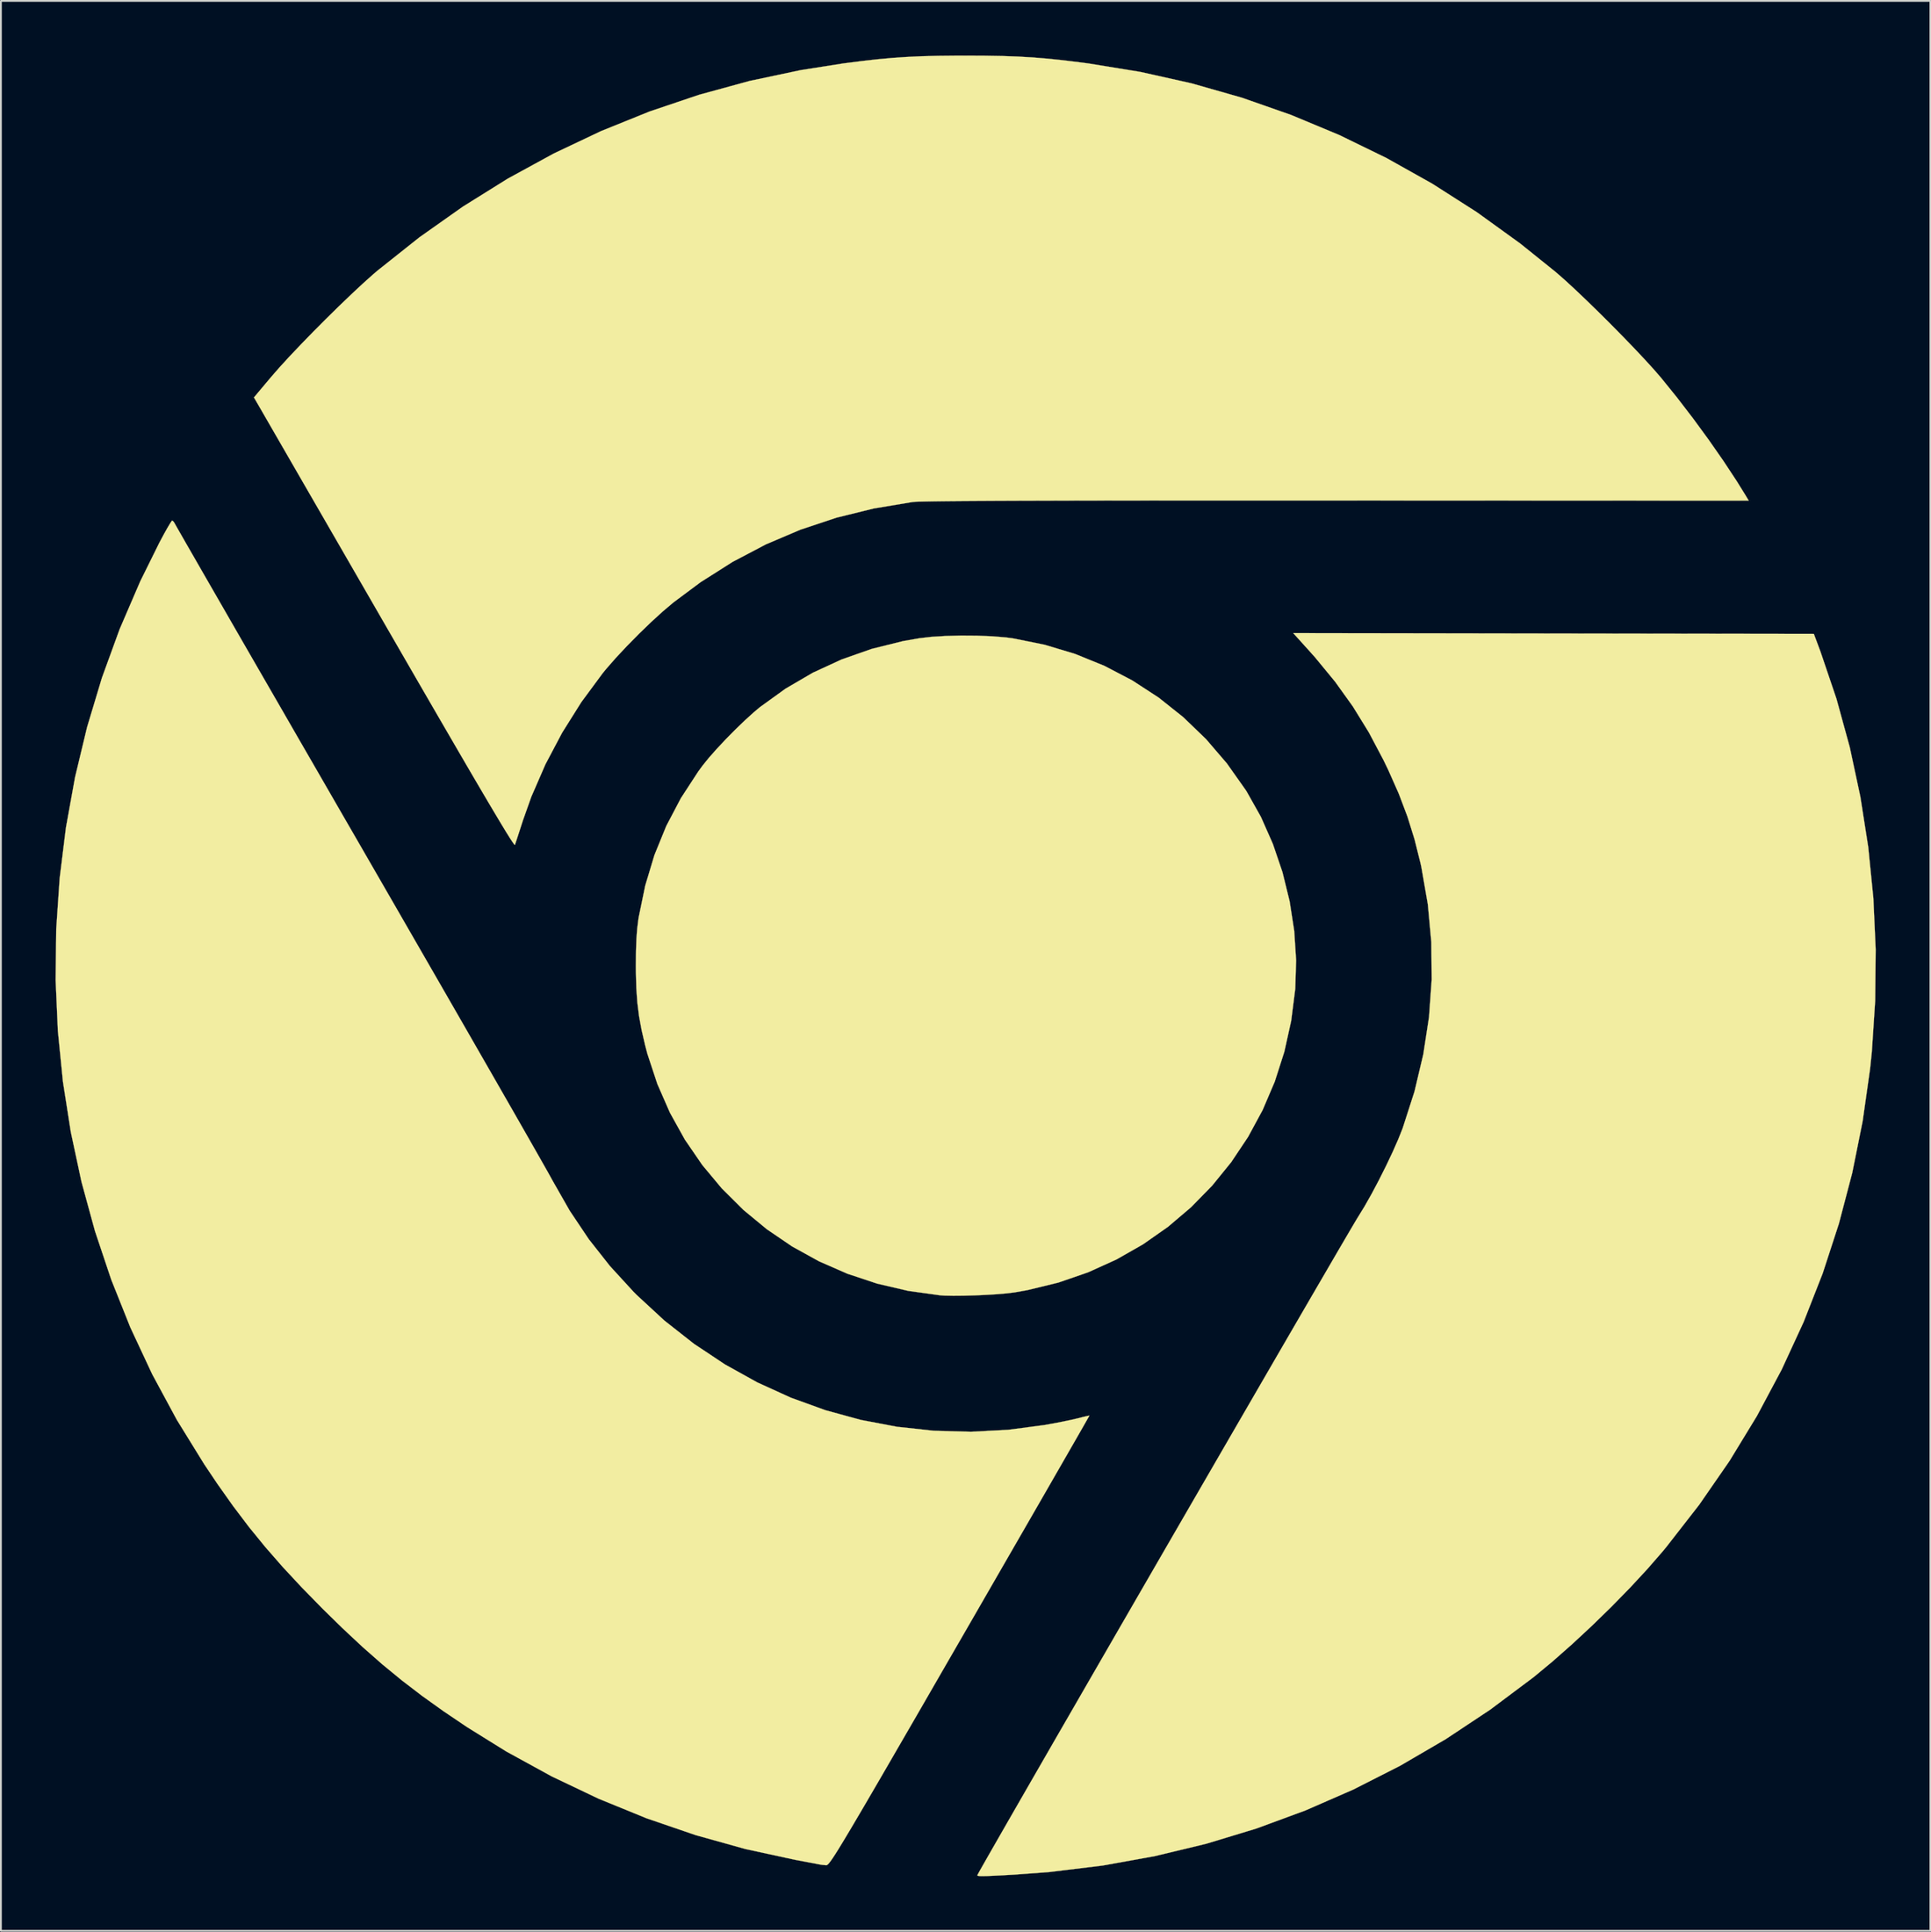
<source format=kicad_pcb>
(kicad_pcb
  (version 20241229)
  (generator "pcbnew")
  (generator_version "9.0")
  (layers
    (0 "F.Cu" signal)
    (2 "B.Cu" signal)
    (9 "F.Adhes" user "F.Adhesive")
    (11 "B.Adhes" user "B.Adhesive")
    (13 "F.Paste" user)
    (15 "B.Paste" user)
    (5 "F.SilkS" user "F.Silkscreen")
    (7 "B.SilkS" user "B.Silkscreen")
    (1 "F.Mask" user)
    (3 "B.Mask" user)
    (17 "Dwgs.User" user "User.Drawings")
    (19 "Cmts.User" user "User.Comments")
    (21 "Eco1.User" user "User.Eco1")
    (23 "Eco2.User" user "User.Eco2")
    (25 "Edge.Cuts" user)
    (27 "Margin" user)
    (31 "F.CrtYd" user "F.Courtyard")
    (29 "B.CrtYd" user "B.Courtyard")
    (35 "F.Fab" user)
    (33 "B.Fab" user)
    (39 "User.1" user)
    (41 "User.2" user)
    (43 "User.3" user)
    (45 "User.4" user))
  (footprint "chrome3_10x10_F"
    (layer "F.Cu")
    (at 49.932 49.91)
    (property "Reference" "chrome3_10x10_F" (at 0 0 0) (layer "F.SilkS") (effects (font (size 1.524 1.524) (thickness 0.3))))
    (attr through_hole)
    (fp_poly (pts (xy 0.655 -18.062) (xy 1.488 -18.029) (xy 2.235 -17.968) (xy 2.617 -17.918) (xy 4.362 -17.567) (xy 6.043 -17.062) (xy 7.654 -16.406) (xy 9.186 -15.605) (xy 10.632 -14.664) (xy 11.984 -13.588) (xy 13.236 -12.381) (xy 14.379 -11.049) (xy 15.407 -9.595) (xy 15.47 -9.496) (xy 16.248 -8.113) (xy 16.903 -6.632) (xy 17.431 -5.079) (xy 17.824 -3.479) (xy 18.075 -1.859) (xy 18.18 -0.243) (xy 18.132 1.325) (xy 17.908 3.085) (xy 17.531 4.785) (xy 17.007 6.418) (xy 16.342 7.975) (xy 15.543 9.451) (xy 14.617 10.838) (xy 13.57 12.128) (xy 12.409 13.315) (xy 11.141 14.392) (xy 9.773 15.35) (xy 8.31 16.184) (xy 6.759 16.886) (xy 5.128 17.449) (xy 3.422 17.865) (xy 2.709 17.991) (xy 2.3 18.042) (xy 1.774 18.087) (xy 1.174 18.124) (xy 0.544 18.152) (xy -0.076 18.17) (xy -0.642 18.175) (xy -1.111 18.166) (xy -1.355 18.15) (xy -3.118 17.905) (xy -4.82 17.508) (xy -6.455 16.965) (xy -8.015 16.282) (xy -9.492 15.466) (xy -10.879 14.522) (xy -12.168 13.458) (xy -13.352 12.28) (xy -14.424 10.994) (xy -15.376 9.606) (xy -16.2 8.123) (xy -16.889 6.55) (xy -17.436 4.896) (xy -17.564 4.409) (xy -17.754 3.59) (xy -17.894 2.832) (xy -17.988 2.083) (xy -18.044 1.291) (xy -18.068 0.403) (xy -18.07 0.042) (xy -18.062 -0.758) (xy -18.038 -1.425) (xy -17.995 -1.994) (xy -17.931 -2.5) (xy -17.919 -2.582) (xy -17.555 -4.346) (xy -17.05 -6.021) (xy -16.4 -7.616) (xy -15.599 -9.141) (xy -14.645 -10.605) (xy -14.413 -10.922) (xy -14.073 -11.344) (xy -13.636 -11.839) (xy -13.136 -12.373) (xy -12.605 -12.911) (xy -12.077 -13.42) (xy -11.586 -13.865) (xy -11.261 -14.138) (xy -9.851 -15.155) (xy -8.352 -16.03) (xy -6.772 -16.758) (xy -5.119 -17.338) (xy -3.399 -17.765) (xy -2.525 -17.919) (xy -1.854 -17.997) (xy -1.067 -18.046) (xy -0.214 -18.068) (xy 0.655 -18.062)) (stroke (width 0.01) (type solid)) (fill yes) (layer "F.SilkS"))
    (fp_poly (pts (xy 32.313 -18.182) (xy 46.605 -18.161) (xy 46.969 -17.187) (xy 47.846 -14.6) (xy 48.577 -11.94) (xy 49.159 -9.22) (xy 49.592 -6.454) (xy 49.872 -3.655) (xy 50 -0.839) (xy 49.972 1.982) (xy 49.788 4.793) (xy 49.693 5.711) (xy 49.284 8.593) (xy 48.713 11.428) (xy 47.981 14.213) (xy 47.091 16.943) (xy 46.043 19.615) (xy 44.839 22.225) (xy 43.482 24.769) (xy 41.973 27.244) (xy 40.312 29.645) (xy 38.503 31.968) (xy 38.299 32.215) (xy 37.461 33.178) (xy 36.514 34.2) (xy 35.489 35.249) (xy 34.419 36.292) (xy 33.336 37.298) (xy 32.275 38.235) (xy 31.266 39.072) (xy 31.19 39.132) (xy 28.831 40.898) (xy 26.398 42.512) (xy 23.894 43.973) (xy 21.323 45.279) (xy 18.688 46.429) (xy 15.991 47.423) (xy 13.236 48.259) (xy 10.424 48.935) (xy 7.561 49.452) (xy 4.648 49.807) (xy 2.709 49.952) (xy 2.063 49.988) (xy 1.566 50.013) (xy 1.201 50.028) (xy 0.949 50.033) (xy 0.79 50.029) (xy 0.706 50.015) (xy 0.678 49.992) (xy 0.677 49.988) (xy 0.719 49.907) (xy 0.841 49.688) (xy 1.04 49.337) (xy 1.31 48.863) (xy 1.648 48.273) (xy 2.048 47.575) (xy 2.507 46.776) (xy 3.02 45.884) (xy 3.582 44.907) (xy 4.19 43.852) (xy 4.838 42.727) (xy 5.523 41.54) (xy 6.24 40.298) (xy 6.984 39.009) (xy 7.751 37.681) (xy 8.537 36.32) (xy 9.337 34.936) (xy 10.147 33.535) (xy 10.962 32.125) (xy 11.779 30.714) (xy 12.592 29.309) (xy 13.397 27.919) (xy 14.19 26.55) (xy 14.966 25.21) (xy 15.721 23.908) (xy 16.45 22.65) (xy 17.149 21.444) (xy 17.814 20.299) (xy 18.44 19.221) (xy 19.023 18.218) (xy 19.559 17.298) (xy 20.042 16.468) (xy 20.468 15.737) (xy 20.834 15.111) (xy 21.134 14.599) (xy 21.365 14.208) (xy 21.521 13.945) (xy 21.596 13.824) (xy 21.943 13.259) (xy 22.327 12.58) (xy 22.725 11.829) (xy 23.116 11.05) (xy 23.479 10.285) (xy 23.791 9.577) (xy 24.031 8.975) (xy 24.68 6.959) (xy 25.162 4.924) (xy 25.477 2.876) (xy 25.624 0.817) (xy 25.603 -1.246) (xy 25.413 -3.311) (xy 25.055 -5.371) (xy 25.009 -5.579) (xy 24.681 -6.888) (xy 24.29 -8.141) (xy 23.818 -9.387) (xy 23.246 -10.678) (xy 22.986 -11.218) (xy 22.173 -12.755) (xy 21.294 -14.18) (xy 20.32 -15.538) (xy 19.219 -16.875) (xy 18.883 -17.251) (xy 18.022 -18.204) (xy 32.313 -18.182)) (stroke (width 0.01) (type solid)) (fill yes) (layer "F.SilkS"))
    (fp_poly (pts (xy 1.11 -49.9) (xy 2.05 -49.884) (xy 2.904 -49.854) (xy 3.714 -49.807) (xy 4.522 -49.741) (xy 5.368 -49.653) (xy 6.295 -49.54) (xy 6.766 -49.478) (xy 9.625 -49.013) (xy 12.436 -48.385) (xy 15.196 -47.598) (xy 17.901 -46.651) (xy 20.548 -45.548) (xy 23.133 -44.289) (xy 25.652 -42.877) (xy 28.101 -41.312) (xy 30.478 -39.596) (xy 32.427 -38.03) (xy 32.901 -37.616) (xy 33.461 -37.102) (xy 34.084 -36.51) (xy 34.746 -35.866) (xy 35.424 -35.192) (xy 36.094 -34.512) (xy 36.733 -33.851) (xy 37.316 -33.231) (xy 37.821 -32.677) (xy 38.22 -32.216) (xy 39.094 -31.135) (xy 39.973 -29.99) (xy 40.83 -28.819) (xy 41.638 -27.659) (xy 42.37 -26.549) (xy 42.836 -25.798) (xy 43.03 -25.476) (xy 20.435 -25.485) (xy 17.846 -25.486) (xy 15.424 -25.486) (xy 13.165 -25.486) (xy 11.068 -25.485) (xy 9.129 -25.483) (xy 7.346 -25.481) (xy 5.716 -25.478) (xy 4.236 -25.474) (xy 2.904 -25.47) (xy 1.717 -25.465) (xy 0.672 -25.459) (xy -0.234 -25.453) (xy -1.003 -25.446) (xy -1.638 -25.438) (xy -2.141 -25.429) (xy -2.516 -25.42) (xy -2.765 -25.41) (xy -2.879 -25.401) (xy -5.004 -25.048) (xy -7.055 -24.542) (xy -9.03 -23.885) (xy -10.932 -23.076) (xy -12.761 -22.114) (xy -14.517 -21) (xy -16.002 -19.894) (xy -16.579 -19.407) (xy -17.22 -18.823) (xy -17.89 -18.176) (xy -18.551 -17.506) (xy -19.167 -16.848) (xy -19.7 -16.239) (xy -19.894 -16.002) (xy -21.065 -14.416) (xy -22.117 -12.74) (xy -23.037 -11) (xy -23.811 -9.22) (xy -24.268 -7.934) (xy -24.409 -7.499) (xy -24.535 -7.112) (xy -24.635 -6.807) (xy -24.699 -6.616) (xy -24.712 -6.577) (xy -24.747 -6.602) (xy -24.836 -6.725) (xy -24.982 -6.948) (xy -25.187 -7.276) (xy -25.452 -7.712) (xy -25.78 -8.26) (xy -26.174 -8.923) (xy -26.635 -9.706) (xy -27.165 -10.61) (xy -27.766 -11.641) (xy -28.441 -12.802) (xy -29.192 -14.096) (xy -30.021 -15.527) (xy -30.929 -17.098) (xy -31.748 -18.515) (xy -32.512 -19.84) (xy -33.255 -21.127) (xy -33.972 -22.369) (xy -34.658 -23.557) (xy -35.309 -24.685) (xy -35.921 -25.744) (xy -36.488 -26.726) (xy -37.006 -27.624) (xy -37.471 -28.429) (xy -37.878 -29.134) (xy -38.222 -29.73) (xy -38.5 -30.211) (xy -38.705 -30.567) (xy -38.835 -30.792) (xy -38.883 -30.874) (xy -39.039 -31.141) (xy -38.09 -32.271) (xy -37.644 -32.782) (xy -37.097 -33.38) (xy -36.472 -34.039) (xy -35.796 -34.735) (xy -35.092 -35.442) (xy -34.387 -36.136) (xy -33.704 -36.791) (xy -33.07 -37.383) (xy -32.509 -37.886) (xy -32.258 -38.101) (xy -29.952 -39.933) (xy -27.567 -41.617) (xy -25.107 -43.151) (xy -22.577 -44.533) (xy -19.981 -45.763) (xy -17.323 -46.837) (xy -14.607 -47.754) (xy -11.837 -48.513) (xy -9.017 -49.111) (xy -6.681 -49.478) (xy -5.702 -49.603) (xy -4.823 -49.703) (xy -4.003 -49.779) (xy -3.199 -49.834) (xy -2.371 -49.872) (xy -1.476 -49.894) (xy -0.473 -49.904) (xy 0.042 -49.905) (xy 1.11 -49.9)) (stroke (width 0.01) (type solid)) (fill yes) (layer "F.SilkS"))
    (fp_poly (pts (xy -43.446 -24.316) (xy -43.374 -24.194) (xy -43.324 -24.104) (xy -43.193 -23.874) (xy -42.985 -23.51) (xy -42.704 -23.019) (xy -42.352 -22.408) (xy -41.935 -21.682) (xy -41.456 -20.849) (xy -40.917 -19.914) (xy -40.325 -18.885) (xy -39.681 -17.767) (xy -38.989 -16.568) (xy -38.254 -15.294) (xy -37.479 -13.951) (xy -36.669 -12.545) (xy -35.825 -11.084) (xy -34.953 -9.573) (xy -34.057 -8.02) (xy -33.312 -6.731) (xy -32.389 -5.132) (xy -31.484 -3.563) (xy -30.6 -2.029) (xy -29.741 -0.539) (xy -28.912 0.9) (xy -28.116 2.283) (xy -27.358 3.601) (xy -26.642 4.848) (xy -25.971 6.016) (xy -25.35 7.099) (xy -24.782 8.089) (xy -24.273 8.98) (xy -23.825 9.764) (xy -23.443 10.435) (xy -23.131 10.985) (xy -22.892 11.407) (xy -22.732 11.695) (xy -22.669 11.811) (xy -21.704 13.504) (xy -20.654 15.071) (xy -19.495 16.542) (xy -18.206 17.949) (xy -18.036 18.121) (xy -16.503 19.537) (xy -14.881 20.812) (xy -13.178 21.944) (xy -11.402 22.931) (xy -9.562 23.769) (xy -7.665 24.456) (xy -5.72 24.989) (xy -3.735 25.366) (xy -1.718 25.584) (xy 0.322 25.64) (xy 2.377 25.532) (xy 4.36 25.271) (xy 4.857 25.182) (xy 5.358 25.085) (xy 5.809 24.991) (xy 6.153 24.912) (xy 6.181 24.905) (xy 6.482 24.828) (xy 6.71 24.775) (xy 6.824 24.752) (xy 6.83 24.753) (xy 6.789 24.826) (xy 6.669 25.038) (xy 6.473 25.382) (xy 6.205 25.85) (xy 5.869 26.434) (xy 5.471 27.127) (xy 5.014 27.921) (xy 4.504 28.809) (xy 3.943 29.783) (xy 3.337 30.835) (xy 2.689 31.958) (xy 2.005 33.144) (xy 1.289 34.386) (xy 0.545 35.677) (xy -0.223 37.007) (xy -0.28 37.105) (xy -1.193 38.686) (xy -2.025 40.128) (xy -2.78 41.435) (xy -3.463 42.614) (xy -4.076 43.673) (xy -4.624 44.618) (xy -5.111 45.454) (xy -5.54 46.189) (xy -5.916 46.828) (xy -6.241 47.379) (xy -6.521 47.848) (xy -6.758 48.241) (xy -6.956 48.565) (xy -7.121 48.826) (xy -7.254 49.03) (xy -7.361 49.185) (xy -7.445 49.296) (xy -7.509 49.37) (xy -7.558 49.413) (xy -7.596 49.433) (xy -7.617 49.436) (xy -7.858 49.413) (xy -8.001 49.39) (xy -8.144 49.361) (xy -8.418 49.309) (xy -8.785 49.24) (xy -9.21 49.16) (xy -9.313 49.141) (xy -12.068 48.543) (xy -14.794 47.781) (xy -17.481 46.86) (xy -20.117 45.784) (xy -22.691 44.558) (xy -25.191 43.187) (xy -27.342 41.85) (xy -28.627 40.983) (xy -29.811 40.136) (xy -30.927 39.281) (xy -32.008 38.393) (xy -33.088 37.442) (xy -34.199 36.403) (xy -35.27 35.353) (xy -36.424 34.175) (xy -37.464 33.056) (xy -38.419 31.963) (xy -39.316 30.862) (xy -40.182 29.718) (xy -41.046 28.498) (xy -41.765 27.427) (xy -43.271 24.987) (xy -44.625 22.48) (xy -45.825 19.912) (xy -46.873 17.291) (xy -47.767 14.623) (xy -48.508 11.916) (xy -49.095 9.177) (xy -49.527 6.413) (xy -49.804 3.631) (xy -49.927 0.838) (xy -49.894 -1.958) (xy -49.705 -4.752) (xy -49.36 -7.535) (xy -48.859 -10.301) (xy -48.2 -13.042) (xy -47.385 -15.751) (xy -46.412 -18.422) (xy -45.281 -21.047) (xy -44.227 -23.177) (xy -44.009 -23.585) (xy -43.816 -23.933) (xy -43.66 -24.198) (xy -43.558 -24.353) (xy -43.527 -24.384) (xy -43.446 -24.316)) (stroke (width 0.01) (type solid)) (fill yes) (layer "F.SilkS")))
  (gr_rect
    (start -3 -3)
    (end 102.937 102.948)
    (stroke (width 0.1) (type default))
    (fill no)
    (layer "Edge.Cuts")))
</source>
